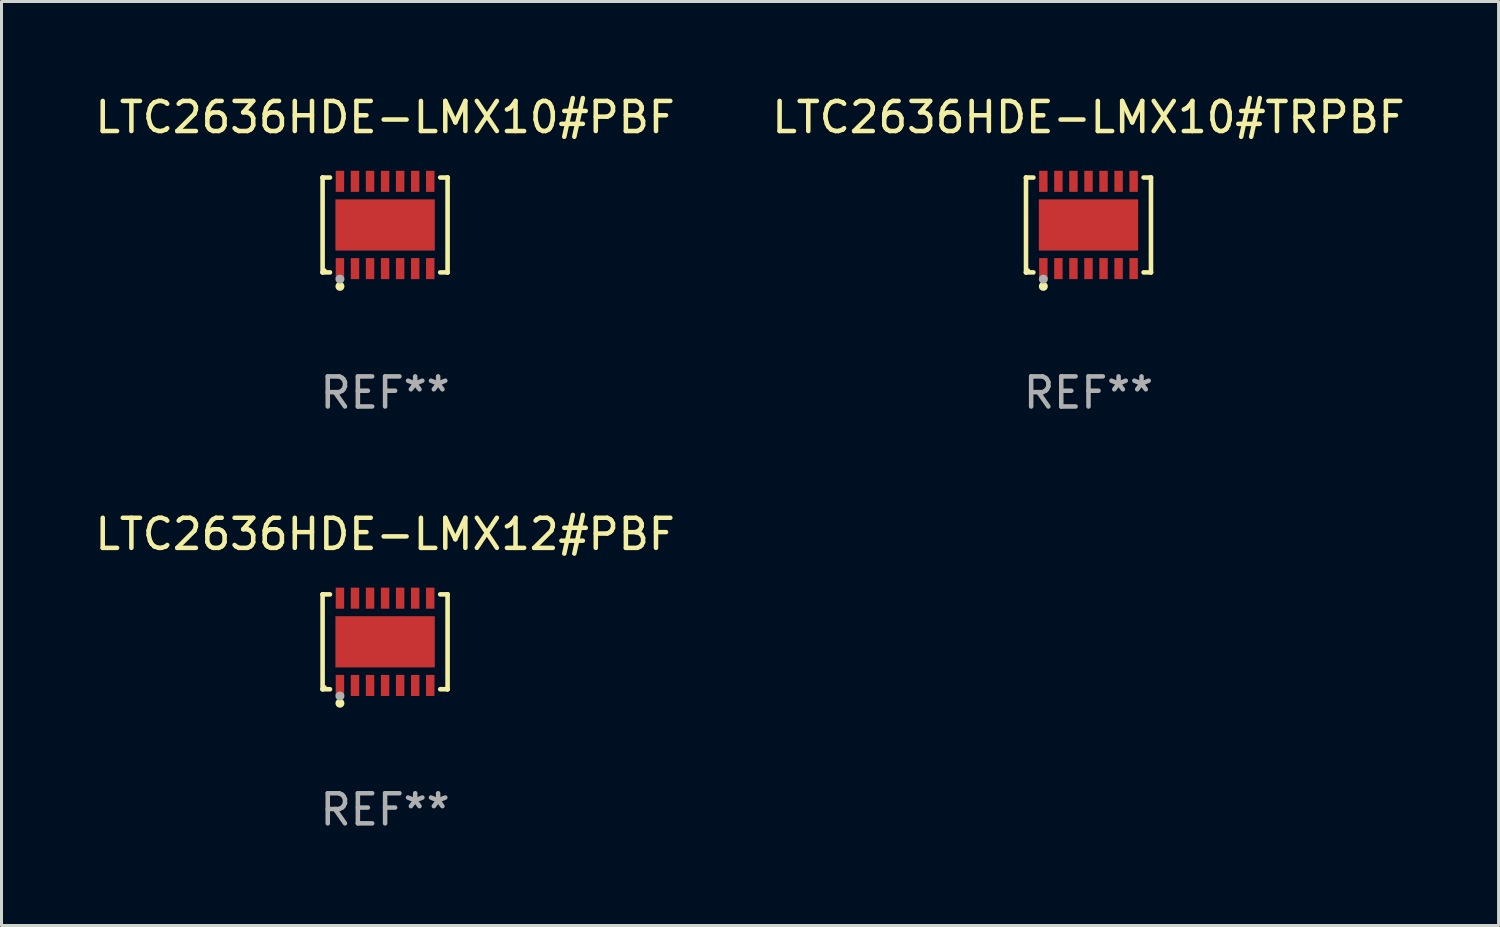
<source format=kicad_pcb>
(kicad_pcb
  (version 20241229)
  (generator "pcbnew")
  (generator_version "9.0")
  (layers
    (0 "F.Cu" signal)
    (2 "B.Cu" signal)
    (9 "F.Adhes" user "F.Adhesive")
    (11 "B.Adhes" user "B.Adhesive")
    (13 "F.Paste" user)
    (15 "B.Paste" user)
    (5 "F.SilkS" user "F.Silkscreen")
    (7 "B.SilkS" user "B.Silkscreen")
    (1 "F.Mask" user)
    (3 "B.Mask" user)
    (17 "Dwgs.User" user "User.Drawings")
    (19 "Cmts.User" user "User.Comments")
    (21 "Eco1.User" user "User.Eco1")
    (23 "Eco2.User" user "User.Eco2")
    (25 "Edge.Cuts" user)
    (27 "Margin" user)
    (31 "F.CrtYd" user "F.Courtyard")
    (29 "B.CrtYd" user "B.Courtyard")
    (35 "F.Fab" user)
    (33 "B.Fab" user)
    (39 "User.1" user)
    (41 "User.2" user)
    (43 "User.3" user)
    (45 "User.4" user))
  (footprint "LTC2636HDE-LMX12#PBF"
    (layer "F.Cu")
    (at 9.744 18.273)
    (property "Reference" "LTC2636HDE-LMX12#PBF" (at 0 -3.576 0) (layer "F.SilkS") (effects (font (size 1 1) (thickness 0.15))))
    (attr through_hole)
    (fp_line (start -2.076 -1.576) (end -2.076 -1.576) (stroke (width 0.152) (type solid)) (layer "F.SilkS"))
    (fp_line (start -2.076 -1.576) (end -1.831 -1.576) (stroke (width 0.152) (type solid)) (layer "F.SilkS"))
    (fp_line (start -2.076 1.576) (end -2.076 -1.576) (stroke (width 0.152) (type solid)) (layer "F.SilkS"))
    (fp_line (start -2.076 1.576) (end -2.076 1.576) (stroke (width 0.152) (type solid)) (layer "F.SilkS"))
    (fp_line (start -1.831 1.576) (end -2.076 1.576) (stroke (width 0.152) (type solid)) (layer "F.SilkS"))
    (fp_line (start 1.831 1.576) (end 2.076 1.576) (stroke (width 0.152) (type solid)) (layer "F.SilkS"))
    (fp_line (start 2.076 -1.576) (end 1.831 -1.576) (stroke (width 0.152) (type solid)) (layer "F.SilkS"))
    (fp_line (start 2.076 -1.576) (end 2.076 -1.576) (stroke (width 0.152) (type solid)) (layer "F.SilkS"))
    (fp_line (start 2.076 1.576) (end 2.076 -1.576) (stroke (width 0.152) (type solid)) (layer "F.SilkS"))
    (fp_line (start 2.076 1.576) (end 2.076 1.576) (stroke (width 0.152) (type solid)) (layer "F.SilkS"))
    (fp_circle (center -2 1.5) (end -1.97 1.5) (stroke (width 0.06) (type solid)) (fill no) (layer "F.SilkS"))
    (fp_circle (center -1.5 2.04) (end -1.425 2.04) (stroke (width 0.15) (type solid)) (fill no) (layer "F.SilkS"))
    (fp_circle (center -1.5 1.8) (end -1.425 1.8) (stroke (width 0.15) (type solid)) (fill no) (layer "F.Fab"))
    (fp_text user "REF**" (at 0 5.576 0) (layer "F.Fab") (effects (font (size 1 1) (thickness 0.15))))
    (pad "1" smd rect (at -1.5 1.45) (size 0.28 0.7) (layers "F.Cu" "F.Mask" "F.Paste"))
    (pad "2" smd rect (at -1 1.45) (size 0.28 0.7) (layers "F.Cu" "F.Mask" "F.Paste"))
    (pad "3" smd rect (at -0.5 1.45) (size 0.28 0.7) (layers "F.Cu" "F.Mask" "F.Paste"))
    (pad "4" smd rect (at 0 1.45) (size 0.28 0.7) (layers "F.Cu" "F.Mask" "F.Paste"))
    (pad "5" smd rect (at 0.5 1.45) (size 0.28 0.7) (layers "F.Cu" "F.Mask" "F.Paste"))
    (pad "6" smd rect (at 1 1.45) (size 0.28 0.7) (layers "F.Cu" "F.Mask" "F.Paste"))
    (pad "7" smd rect (at 1.5 1.45) (size 0.28 0.7) (layers "F.Cu" "F.Mask" "F.Paste"))
    (pad "8" smd rect (at 1.5 -1.45) (size 0.28 0.7) (layers "F.Cu" "F.Mask" "F.Paste"))
    (pad "9" smd rect (at 1 -1.45) (size 0.28 0.7) (layers "F.Cu" "F.Mask" "F.Paste"))
    (pad "10" smd rect (at 0.5 -1.45) (size 0.28 0.7) (layers "F.Cu" "F.Mask" "F.Paste"))
    (pad "11" smd rect (at 0 -1.45) (size 0.28 0.7) (layers "F.Cu" "F.Mask" "F.Paste"))
    (pad "12" smd rect (at -0.5 -1.45) (size 0.28 0.7) (layers "F.Cu" "F.Mask" "F.Paste"))
    (pad "13" smd rect (at -1 -1.45) (size 0.28 0.7) (layers "F.Cu" "F.Mask" "F.Paste"))
    (pad "14" smd rect (at -1.5 -1.45) (size 0.28 0.7) (layers "F.Cu" "F.Mask" "F.Paste"))
    (pad "15" smd rect (at 0 0) (size 3.3 1.7) (layers "F.Cu" "F.Mask" "F.Paste")))
  (footprint "LTC2636HDE-LMX10#TRPBF"
    (layer "F.Cu")
    (at 33.113 4.424)
    (property "Reference" "LTC2636HDE-LMX10#TRPBF" (at 0 -3.576 0) (layer "F.SilkS") (effects (font (size 1 1) (thickness 0.15))))
    (attr through_hole)
    (fp_line (start -2.076 -1.576) (end -2.076 -1.576) (stroke (width 0.152) (type solid)) (layer "F.SilkS"))
    (fp_line (start -2.076 -1.576) (end -1.831 -1.576) (stroke (width 0.152) (type solid)) (layer "F.SilkS"))
    (fp_line (start -2.076 1.576) (end -2.076 -1.576) (stroke (width 0.152) (type solid)) (layer "F.SilkS"))
    (fp_line (start -2.076 1.576) (end -2.076 1.576) (stroke (width 0.152) (type solid)) (layer "F.SilkS"))
    (fp_line (start -1.831 1.576) (end -2.076 1.576) (stroke (width 0.152) (type solid)) (layer "F.SilkS"))
    (fp_line (start 1.831 1.576) (end 2.076 1.576) (stroke (width 0.152) (type solid)) (layer "F.SilkS"))
    (fp_line (start 2.076 -1.576) (end 1.831 -1.576) (stroke (width 0.152) (type solid)) (layer "F.SilkS"))
    (fp_line (start 2.076 -1.576) (end 2.076 -1.576) (stroke (width 0.152) (type solid)) (layer "F.SilkS"))
    (fp_line (start 2.076 1.576) (end 2.076 -1.576) (stroke (width 0.152) (type solid)) (layer "F.SilkS"))
    (fp_line (start 2.076 1.576) (end 2.076 1.576) (stroke (width 0.152) (type solid)) (layer "F.SilkS"))
    (fp_circle (center -2 1.5) (end -1.97 1.5) (stroke (width 0.06) (type solid)) (fill no) (layer "F.SilkS"))
    (fp_circle (center -1.5 2.04) (end -1.425 2.04) (stroke (width 0.15) (type solid)) (fill no) (layer "F.SilkS"))
    (fp_circle (center -1.5 1.8) (end -1.425 1.8) (stroke (width 0.15) (type solid)) (fill no) (layer "F.Fab"))
    (fp_text user "REF**" (at 0 5.576 0) (layer "F.Fab") (effects (font (size 1 1) (thickness 0.15))))
    (pad "1" smd rect (at -1.5 1.45) (size 0.28 0.7) (layers "F.Cu" "F.Mask" "F.Paste"))
    (pad "2" smd rect (at -1 1.45) (size 0.28 0.7) (layers "F.Cu" "F.Mask" "F.Paste"))
    (pad "3" smd rect (at -0.5 1.45) (size 0.28 0.7) (layers "F.Cu" "F.Mask" "F.Paste"))
    (pad "4" smd rect (at 0 1.45) (size 0.28 0.7) (layers "F.Cu" "F.Mask" "F.Paste"))
    (pad "5" smd rect (at 0.5 1.45) (size 0.28 0.7) (layers "F.Cu" "F.Mask" "F.Paste"))
    (pad "6" smd rect (at 1 1.45) (size 0.28 0.7) (layers "F.Cu" "F.Mask" "F.Paste"))
    (pad "7" smd rect (at 1.5 1.45) (size 0.28 0.7) (layers "F.Cu" "F.Mask" "F.Paste"))
    (pad "8" smd rect (at 1.5 -1.45) (size 0.28 0.7) (layers "F.Cu" "F.Mask" "F.Paste"))
    (pad "9" smd rect (at 1 -1.45) (size 0.28 0.7) (layers "F.Cu" "F.Mask" "F.Paste"))
    (pad "10" smd rect (at 0.5 -1.45) (size 0.28 0.7) (layers "F.Cu" "F.Mask" "F.Paste"))
    (pad "11" smd rect (at 0 -1.45) (size 0.28 0.7) (layers "F.Cu" "F.Mask" "F.Paste"))
    (pad "12" smd rect (at -0.5 -1.45) (size 0.28 0.7) (layers "F.Cu" "F.Mask" "F.Paste"))
    (pad "13" smd rect (at -1 -1.45) (size 0.28 0.7) (layers "F.Cu" "F.Mask" "F.Paste"))
    (pad "14" smd rect (at -1.5 -1.45) (size 0.28 0.7) (layers "F.Cu" "F.Mask" "F.Paste"))
    (pad "15" smd rect (at 0 0) (size 3.3 1.7) (layers "F.Cu" "F.Mask" "F.Paste")))
  (footprint "LTC2636HDE-LMX10#PBF"
    (layer "F.Cu")
    (at 9.744 4.424)
    (property "Reference" "LTC2636HDE-LMX10#PBF" (at 0 -3.576 0) (layer "F.SilkS") (effects (font (size 1 1) (thickness 0.15))))
    (attr through_hole)
    (fp_line (start -2.076 -1.576) (end -2.076 -1.576) (stroke (width 0.152) (type solid)) (layer "F.SilkS"))
    (fp_line (start -2.076 -1.576) (end -1.831 -1.576) (stroke (width 0.152) (type solid)) (layer "F.SilkS"))
    (fp_line (start -2.076 1.576) (end -2.076 -1.576) (stroke (width 0.152) (type solid)) (layer "F.SilkS"))
    (fp_line (start -2.076 1.576) (end -2.076 1.576) (stroke (width 0.152) (type solid)) (layer "F.SilkS"))
    (fp_line (start -1.831 1.576) (end -2.076 1.576) (stroke (width 0.152) (type solid)) (layer "F.SilkS"))
    (fp_line (start 1.831 1.576) (end 2.076 1.576) (stroke (width 0.152) (type solid)) (layer "F.SilkS"))
    (fp_line (start 2.076 -1.576) (end 1.831 -1.576) (stroke (width 0.152) (type solid)) (layer "F.SilkS"))
    (fp_line (start 2.076 -1.576) (end 2.076 -1.576) (stroke (width 0.152) (type solid)) (layer "F.SilkS"))
    (fp_line (start 2.076 1.576) (end 2.076 -1.576) (stroke (width 0.152) (type solid)) (layer "F.SilkS"))
    (fp_line (start 2.076 1.576) (end 2.076 1.576) (stroke (width 0.152) (type solid)) (layer "F.SilkS"))
    (fp_circle (center -2 1.5) (end -1.97 1.5) (stroke (width 0.06) (type solid)) (fill no) (layer "F.SilkS"))
    (fp_circle (center -1.5 2.04) (end -1.425 2.04) (stroke (width 0.15) (type solid)) (fill no) (layer "F.SilkS"))
    (fp_circle (center -1.5 1.8) (end -1.425 1.8) (stroke (width 0.15) (type solid)) (fill no) (layer "F.Fab"))
    (fp_text user "REF**" (at 0 5.576 0) (layer "F.Fab") (effects (font (size 1 1) (thickness 0.15))))
    (pad "1" smd rect (at -1.5 1.45) (size 0.28 0.7) (layers "F.Cu" "F.Mask" "F.Paste"))
    (pad "2" smd rect (at -1 1.45) (size 0.28 0.7) (layers "F.Cu" "F.Mask" "F.Paste"))
    (pad "3" smd rect (at -0.5 1.45) (size 0.28 0.7) (layers "F.Cu" "F.Mask" "F.Paste"))
    (pad "4" smd rect (at 0 1.45) (size 0.28 0.7) (layers "F.Cu" "F.Mask" "F.Paste"))
    (pad "5" smd rect (at 0.5 1.45) (size 0.28 0.7) (layers "F.Cu" "F.Mask" "F.Paste"))
    (pad "6" smd rect (at 1 1.45) (size 0.28 0.7) (layers "F.Cu" "F.Mask" "F.Paste"))
    (pad "7" smd rect (at 1.5 1.45) (size 0.28 0.7) (layers "F.Cu" "F.Mask" "F.Paste"))
    (pad "8" smd rect (at 1.5 -1.45) (size 0.28 0.7) (layers "F.Cu" "F.Mask" "F.Paste"))
    (pad "9" smd rect (at 1 -1.45) (size 0.28 0.7) (layers "F.Cu" "F.Mask" "F.Paste"))
    (pad "10" smd rect (at 0.5 -1.45) (size 0.28 0.7) (layers "F.Cu" "F.Mask" "F.Paste"))
    (pad "11" smd rect (at 0 -1.45) (size 0.28 0.7) (layers "F.Cu" "F.Mask" "F.Paste"))
    (pad "12" smd rect (at -0.5 -1.45) (size 0.28 0.7) (layers "F.Cu" "F.Mask" "F.Paste"))
    (pad "13" smd rect (at -1 -1.45) (size 0.28 0.7) (layers "F.Cu" "F.Mask" "F.Paste"))
    (pad "14" smd rect (at -1.5 -1.45) (size 0.28 0.7) (layers "F.Cu" "F.Mask" "F.Paste"))
    (pad "15" smd rect (at 0 0) (size 3.3 1.7) (layers "F.Cu" "F.Mask" "F.Paste")))
  (gr_rect
    (start -3 -3)
    (end 46.738 27.698)
    (stroke (width 0.1) (type default))
    (fill no)
    (layer "Edge.Cuts")))
</source>
